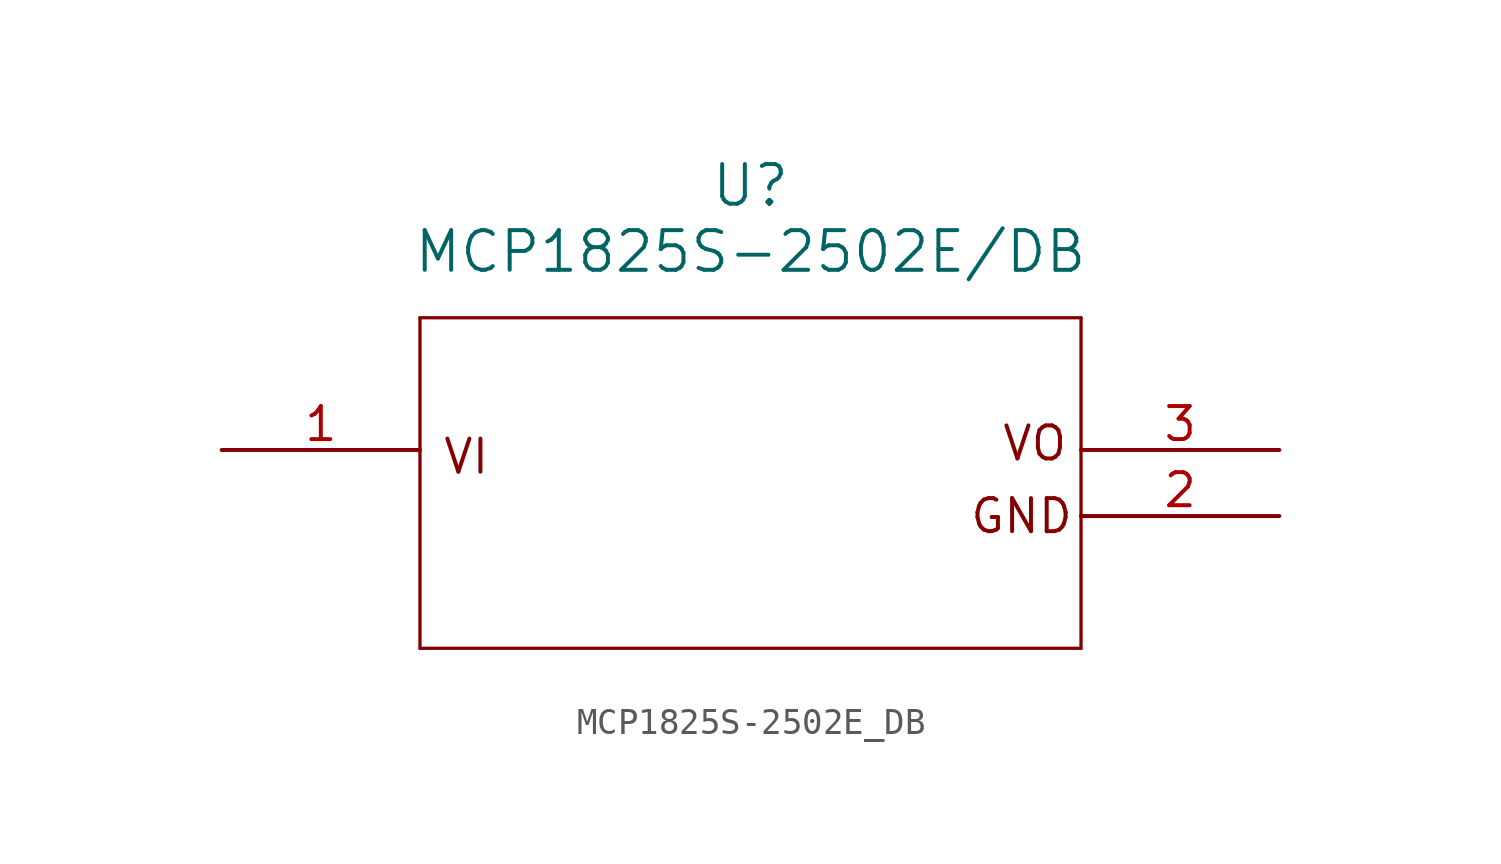
<source format=kicad_sym>
(kicad_symbol_lib
  (version 20241209)
  (generator "kicad_symbol_editor")
  (generator_version "9.0")
  (symbol "MCP1825S-2502E_DB"
    (pin_names
      (offset 0.254))
    (property "Reference" "U"
      (at 20.32 10.16 0)
      (effects (font (size 1.524 1.524))))
    (property "Value" "MCP1825S-2502E/DB"
      (at 20.32 7.62 0)
      (effects (font (size 1.524 1.524))))
    (property "ki_locked" ""
      (at 0 0 0)
      (effects (font (size 1.27 1.27))))
    (symbol "MCP1825S-2502E_DB_0_1"
      (polyline (pts (xy 7.62 5.08) (xy 7.62 -7.62)) (stroke (width 0.127) (type default)) (fill (type color) (color 255 255 194 1)))
      (polyline (pts (xy 7.62 -7.62) (xy 33.02 -7.62)) (stroke (width 0.127) (type default)) (fill (type color) (color 0 0 0 0)))
      (polyline (pts (xy 33.02 5.08) (xy 7.62 5.08)) (stroke (width 0.127) (type default)) (fill (type color) (color 0 0 0 0)))
      (polyline (pts (xy 33.02 -7.62) (xy 33.02 5.08)) (stroke (width 0.127) (type default)) (fill (type color) (color 0 0 0 0)))
      (pin unspecified line (at 0 0 0) (length 7.62) (name "" (effects (font (size 1.27 1.27)))) (number "1" (effects (font (size 1.27 1.27)))))
      (pin unspecified line (at 40.64 0 180) (length 7.62) (name "" (effects (font (size 1.27 1.27)))) (number "3" (effects (font (size 1.27 1.27)))))
      (pin unspecified line (at 40.64 -2.54 180) (length 7.62) (name "" (effects (font (size 1.27 1.27)))) (number "2" (effects (font (size 1.27 1.27))))))
    (symbol "MCP1825S-2502E_DB_1_1"
      (text "VI\n" (at 9.398 -0.254 0) (effects (font (size 1.27 1.27))))
      (text "GND\n" (at 30.734 -2.54 0) (effects (font (size 1.27 1.27))))
      (text "VO\n" (at 31.242 0.254 0) (effects (font (size 1.27 1.27)))))))
</source>
